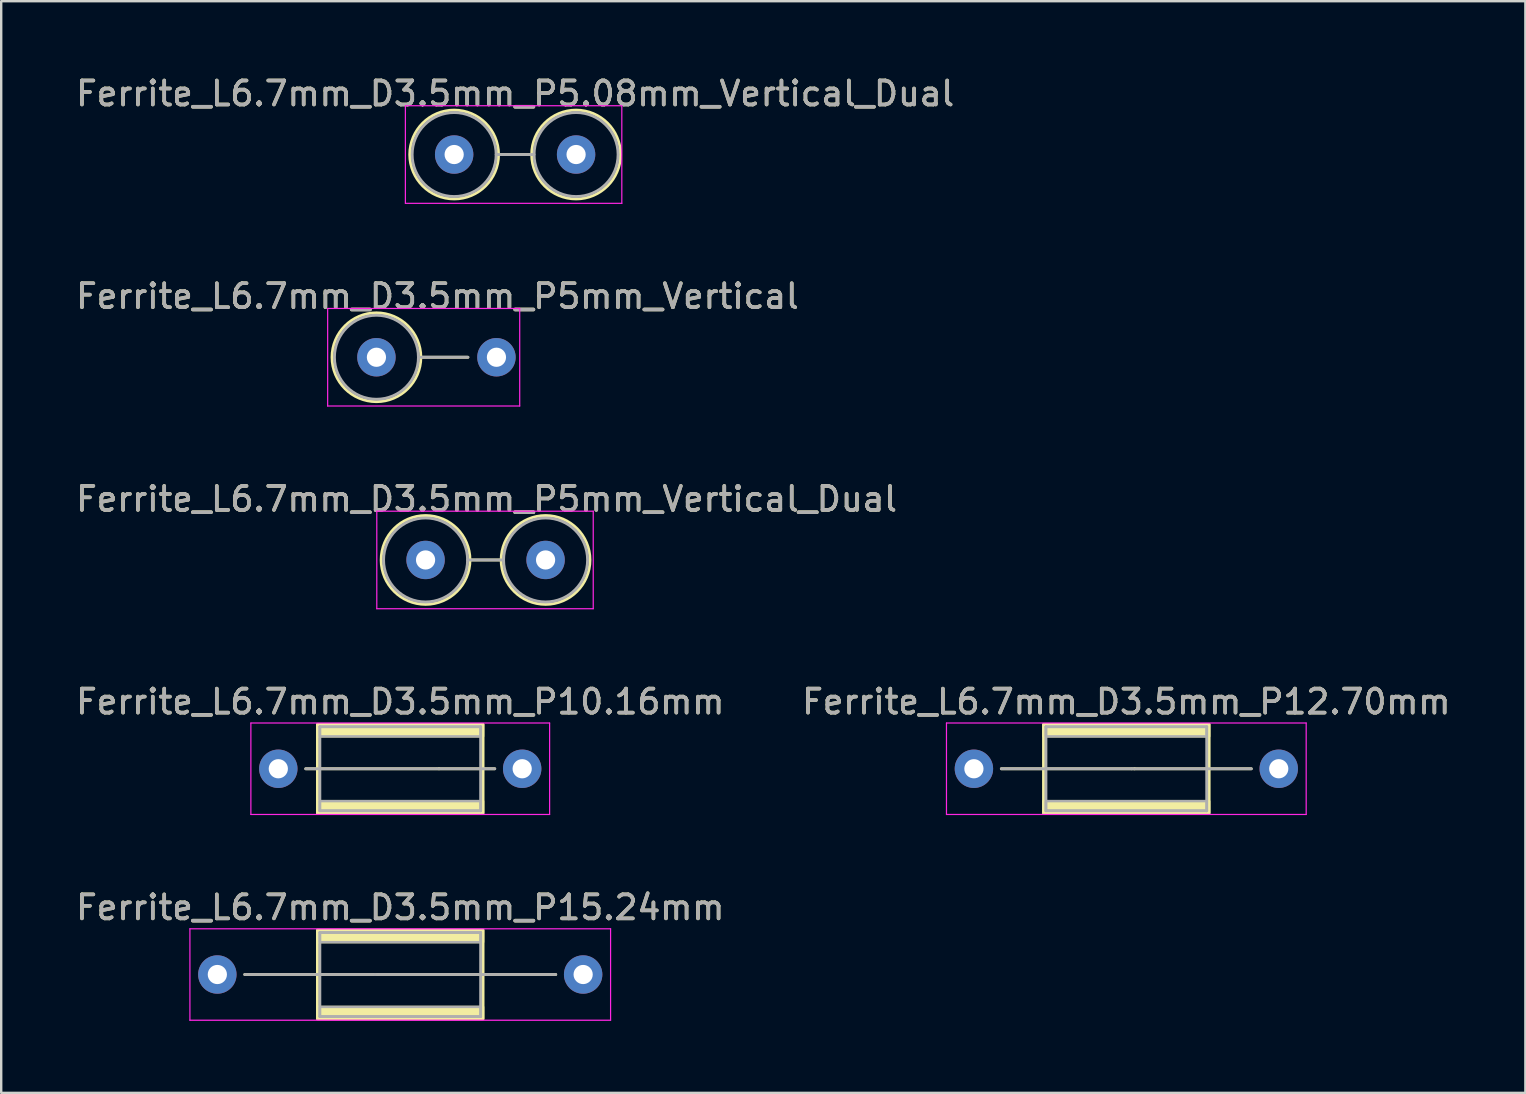
<source format=kicad_pcb>
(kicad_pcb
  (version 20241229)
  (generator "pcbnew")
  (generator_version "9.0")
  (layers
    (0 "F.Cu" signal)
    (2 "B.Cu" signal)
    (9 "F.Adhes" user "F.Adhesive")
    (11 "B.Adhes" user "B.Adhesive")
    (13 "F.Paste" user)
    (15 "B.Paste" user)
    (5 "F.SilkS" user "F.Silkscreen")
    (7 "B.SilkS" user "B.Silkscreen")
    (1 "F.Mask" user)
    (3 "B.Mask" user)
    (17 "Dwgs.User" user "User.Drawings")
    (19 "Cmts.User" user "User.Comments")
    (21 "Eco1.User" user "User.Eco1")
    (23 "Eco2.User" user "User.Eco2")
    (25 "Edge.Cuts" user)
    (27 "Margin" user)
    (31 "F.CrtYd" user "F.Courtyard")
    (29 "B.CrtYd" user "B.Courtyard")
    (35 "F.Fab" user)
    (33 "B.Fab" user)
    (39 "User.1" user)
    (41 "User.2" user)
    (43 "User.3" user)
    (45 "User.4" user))
  (footprint "Ferrite_L6.7mm_D3.5mm_P12.70mm"
    (layer "F.Cu")
    (at 37.525 28.978)
    (property "Reference" "Ferrite_L6.7mm_D3.5mm_P12.70mm" (at 6.35 -2.794 0) (layer "F.SilkS") (effects (font (size 1 1) (thickness 0.15))))
    (fp_line (start 6.694 0.000002) (end 1.143 0) (stroke (width 0.12) (type solid)) (layer "F.SilkS"))
    (fp_line (start 6.694 0.000002) (end 11.557 0) (stroke (width 0.12) (type solid)) (layer "F.SilkS"))
    (fp_rect (start 2.9 -1.85) (end 9.8 1.85) (stroke (width 0.12) (type solid)) (fill no) (layer "F.SilkS"))
    (fp_poly (pts (xy 2.9 1.35) (xy 9.8 1.35) (xy 9.8 1.85) (xy 2.9 1.85)) (stroke (width 0.1) (type solid)) (fill yes) (layer "F.SilkS"))
    (fp_poly (pts (xy 9.8 -1.35) (xy 2.9 -1.35) (xy 2.9 -1.85) (xy 9.8 -1.85)) (stroke (width 0.1) (type solid)) (fill yes) (layer "F.SilkS"))
    (fp_line (start -1.143 -1.905) (end 13.843 -1.905) (stroke (width 0.05) (type solid)) (layer "F.CrtYd"))
    (fp_line (start -1.143 1.905) (end -1.143 -1.905) (stroke (width 0.05) (type solid)) (layer "F.CrtYd"))
    (fp_line (start 13.843 -1.905) (end 13.843 1.905) (stroke (width 0.05) (type solid)) (layer "F.CrtYd"))
    (fp_line (start 13.843 1.905) (end -1.143 1.905) (stroke (width 0.05) (type solid)) (layer "F.CrtYd"))
    (fp_line (start 3 -1.75) (end 9.7 -1.75) (stroke (width 0.12) (type solid)) (layer "F.Fab"))
    (fp_line (start 3 1.75) (end 3 -1.75) (stroke (width 0.12) (type solid)) (layer "F.Fab"))
    (fp_line (start 6.567 0.000002) (end 1.143 0) (stroke (width 0.12) (type solid)) (layer "F.Fab"))
    (fp_line (start 6.567 0.000002) (end 11.557 0) (stroke (width 0.12) (type solid)) (layer "F.Fab"))
    (fp_line (start 9.7 -1.75) (end 9.7 1.75) (stroke (width 0.12) (type solid)) (layer "F.Fab"))
    (fp_line (start 9.7 1.75) (end 3 1.75) (stroke (width 0.12) (type solid)) (layer "F.Fab"))
    (fp_poly (pts (xy 3 1.35) (xy 9.7 1.35) (xy 9.7 1.75) (xy 3 1.75)) (stroke (width 0.1) (type solid)) (fill no) (layer "F.Fab"))
    (fp_poly (pts (xy 9.7 -1.35) (xy 3 -1.35) (xy 3 -1.75) (xy 9.7 -1.75)) (stroke (width 0.1) (type solid)) (fill no) (layer "F.Fab"))
    (fp_text user "${REFERENCE}" (at 6.35 -2.793 0) (layer "F.Fab") (effects (font (size 1 1) (thickness 0.15))))
    (pad "1" thru_hole circle (at 0 0) (size 1.6 1.6) (drill 0.8) (layers "*.Cu" "*.Mask"))
    (pad "2" thru_hole circle (at 12.7 0) (size 1.6 1.6) (drill 0.8) (layers "*.Cu" "*.Mask")))
  (footprint "Ferrite_L6.7mm_D3.5mm_P5mm_Vertical"
    (layer "F.Cu")
    (at 12.633 11.834)
    (property "Reference" "Ferrite_L6.7mm_D3.5mm_P5mm_Vertical" (at 2.54 -2.54 0) (layer "F.SilkS") (effects (font (size 1 1) (thickness 0.15))))
    (fp_line (start 1.85 0) (end 3.81 0) (stroke (width 0.12) (type solid)) (layer "F.SilkS"))
    (fp_circle (center 0 0) (end 0 -1.85) (stroke (width 0.12) (type solid)) (fill no) (layer "F.SilkS"))
    (fp_line (start -2.032 -2.032) (end 5.969 -2.032) (stroke (width 0.05) (type solid)) (layer "F.CrtYd"))
    (fp_line (start -2.032 2.032) (end -2.032 -2.032) (stroke (width 0.05) (type solid)) (layer "F.CrtYd"))
    (fp_line (start 5.969 -2.032) (end 5.969 2.032) (stroke (width 0.05) (type solid)) (layer "F.CrtYd"))
    (fp_line (start 5.969 2.032) (end -2.032 2.032) (stroke (width 0.05) (type solid)) (layer "F.CrtYd"))
    (fp_line (start 1.75 0) (end 3.81 0) (stroke (width 0.12) (type solid)) (layer "F.Fab"))
    (fp_circle (center 0 0) (end 0 -1.75) (stroke (width 0.12) (type solid)) (fill no) (layer "F.Fab"))
    (fp_text user "${REFERENCE}" (at 2.54 -2.539 0) (layer "F.Fab") (effects (font (size 1 1) (thickness 0.15))))
    (pad "1" thru_hole circle (at 0 0) (size 1.6 1.6) (drill 0.8) (layers "*.Cu" "*.Mask"))
    (pad "2" thru_hole circle (at 5 0) (size 1.6 1.6) (drill 0.8) (layers "*.Cu" "*.Mask")))
  (footprint "Ferrite_L6.7mm_D3.5mm_P5.08mm_Vertical_Dual"
    (layer "F.Cu")
    (at 15.871 3.388)
    (property "Reference" "Ferrite_L6.7mm_D3.5mm_P5.08mm_Vertical_Dual" (at 2.54 -2.54 0) (layer "F.SilkS") (effects (font (size 1 1) (thickness 0.15))))
    (fp_line (start 1.85 0) (end 3.23 0) (stroke (width 0.12) (type solid)) (layer "F.SilkS"))
    (fp_circle (center 0 0) (end 0 -1.85) (stroke (width 0.12) (type solid)) (fill no) (layer "F.SilkS"))
    (fp_circle (center 5.08 0) (end 5.08 -1.85) (stroke (width 0.12) (type solid)) (fill no) (layer "F.SilkS"))
    (fp_line (start -2.032 -2.032) (end 6.985 -2.032) (stroke (width 0.05) (type solid)) (layer "F.CrtYd"))
    (fp_line (start -2.032 2.032) (end -2.032 -2.032) (stroke (width 0.05) (type solid)) (layer "F.CrtYd"))
    (fp_line (start 6.985 -2.032) (end 6.985 2.032) (stroke (width 0.05) (type solid)) (layer "F.CrtYd"))
    (fp_line (start 6.985 2.032) (end -2.032 2.032) (stroke (width 0.05) (type solid)) (layer "F.CrtYd"))
    (fp_line (start 1.75 0) (end 3.33 0) (stroke (width 0.12) (type solid)) (layer "F.Fab"))
    (fp_circle (center 0 0) (end 0 -1.75) (stroke (width 0.12) (type solid)) (fill no) (layer "F.Fab"))
    (fp_circle (center 5.08 0) (end 5.08 -1.75) (stroke (width 0.12) (type solid)) (fill no) (layer "F.Fab"))
    (fp_text user "${REFERENCE}" (at 2.54 -2.539 0) (layer "F.Fab") (effects (font (size 1 1) (thickness 0.15))))
    (pad "1" thru_hole circle (at 0 0) (size 1.6 1.6) (drill 0.8) (layers "*.Cu" "*.Mask"))
    (pad "2" thru_hole circle (at 5.08 0) (size 1.6 1.6) (drill 0.8) (layers "*.Cu" "*.Mask")))
  (footprint "Ferrite_L6.7mm_D3.5mm_P15.24mm"
    (layer "F.Cu")
    (at 6.005 37.55)
    (property "Reference" "Ferrite_L6.7mm_D3.5mm_P15.24mm" (at 7.62 -2.794 0) (layer "F.SilkS") (effects (font (size 1 1) (thickness 0.15))))
    (fp_line (start 6.694 0.000002) (end 1.143 0) (stroke (width 0.12) (type solid)) (layer "F.SilkS"))
    (fp_line (start 6.694 0.000002) (end 14.097 0) (stroke (width 0.12) (type solid)) (layer "F.SilkS"))
    (fp_rect (start 4.17 -1.85) (end 11.07 1.85) (stroke (width 0.12) (type solid)) (fill no) (layer "F.SilkS"))
    (fp_poly (pts (xy 4.17 1.35) (xy 11.07 1.35) (xy 11.07 1.85) (xy 4.17 1.85)) (stroke (width 0.1) (type solid)) (fill yes) (layer "F.SilkS"))
    (fp_poly (pts (xy 11.07 -1.35) (xy 4.17 -1.35) (xy 4.17 -1.85) (xy 11.07 -1.85)) (stroke (width 0.1) (type solid)) (fill yes) (layer "F.SilkS"))
    (fp_line (start -1.143 -1.905) (end 16.383 -1.905) (stroke (width 0.05) (type solid)) (layer "F.CrtYd"))
    (fp_line (start -1.143 1.905) (end -1.143 -1.905) (stroke (width 0.05) (type solid)) (layer "F.CrtYd"))
    (fp_line (start 16.383 -1.905) (end 16.383 1.905) (stroke (width 0.05) (type solid)) (layer "F.CrtYd"))
    (fp_line (start 16.383 1.905) (end -1.143 1.905) (stroke (width 0.05) (type solid)) (layer "F.CrtYd"))
    (fp_line (start 4.27 -1.75) (end 10.97 -1.75) (stroke (width 0.12) (type solid)) (layer "F.Fab"))
    (fp_line (start 4.27 1.75) (end 4.27 -1.75) (stroke (width 0.12) (type solid)) (layer "F.Fab"))
    (fp_line (start 6.567 0.000002) (end 1.143 0) (stroke (width 0.12) (type solid)) (layer "F.Fab"))
    (fp_line (start 6.567 0.000002) (end 14.097 0) (stroke (width 0.12) (type solid)) (layer "F.Fab"))
    (fp_line (start 10.97 -1.75) (end 10.97 1.75) (stroke (width 0.12) (type solid)) (layer "F.Fab"))
    (fp_line (start 10.97 1.75) (end 4.27 1.75) (stroke (width 0.12) (type solid)) (layer "F.Fab"))
    (fp_poly (pts (xy 4.27 1.35) (xy 10.97 1.35) (xy 10.97 1.75) (xy 4.27 1.75)) (stroke (width 0.1) (type solid)) (fill no) (layer "F.Fab"))
    (fp_poly (pts (xy 10.97 -1.35) (xy 4.27 -1.35) (xy 4.27 -1.75) (xy 10.97 -1.75)) (stroke (width 0.1) (type solid)) (fill no) (layer "F.Fab"))
    (fp_text user "${REFERENCE}" (at 7.62 -2.793 0) (layer "F.Fab") (effects (font (size 1 1) (thickness 0.15))))
    (pad "1" thru_hole circle (at 0 0) (size 1.6 1.6) (drill 0.8) (layers "*.Cu" "*.Mask"))
    (pad "2" thru_hole circle (at 15.24 0) (size 1.6 1.6) (drill 0.8) (layers "*.Cu" "*.Mask")))
  (footprint "Ferrite_L6.7mm_D3.5mm_P5mm_Vertical_Dual"
    (layer "F.Cu")
    (at 14.68 20.279)
    (property "Reference" "Ferrite_L6.7mm_D3.5mm_P5mm_Vertical_Dual" (at 2.54 -2.54 0) (layer "F.SilkS") (effects (font (size 1 1) (thickness 0.15))))
    (fp_line (start 1.85 0) (end 3.15 0) (stroke (width 0.12) (type solid)) (layer "F.SilkS"))
    (fp_circle (center 0 0) (end 0 -1.85) (stroke (width 0.12) (type solid)) (fill no) (layer "F.SilkS"))
    (fp_circle (center 5 0) (end 5 -1.85) (stroke (width 0.12) (type solid)) (fill no) (layer "F.SilkS"))
    (fp_line (start -2.032 -2.032) (end 6.985 -2.032) (stroke (width 0.05) (type solid)) (layer "F.CrtYd"))
    (fp_line (start -2.032 2.032) (end -2.032 -2.032) (stroke (width 0.05) (type solid)) (layer "F.CrtYd"))
    (fp_line (start 6.985 -2.032) (end 6.985 2.032) (stroke (width 0.05) (type solid)) (layer "F.CrtYd"))
    (fp_line (start 6.985 2.032) (end -2.032 2.032) (stroke (width 0.05) (type solid)) (layer "F.CrtYd"))
    (fp_line (start 1.75 0) (end 3.25 0) (stroke (width 0.12) (type solid)) (layer "F.Fab"))
    (fp_circle (center 0 0) (end 0 -1.75) (stroke (width 0.12) (type solid)) (fill no) (layer "F.Fab"))
    (fp_circle (center 5 0) (end 5 -1.75) (stroke (width 0.12) (type solid)) (fill no) (layer "F.Fab"))
    (fp_text user "${REFERENCE}" (at 2.54 -2.539 0) (layer "F.Fab") (effects (font (size 1 1) (thickness 0.15))))
    (pad "1" thru_hole circle (at 0 0) (size 1.6 1.6) (drill 0.8) (layers "*.Cu" "*.Mask"))
    (pad "2" thru_hole circle (at 5 0) (size 1.6 1.6) (drill 0.8) (layers "*.Cu" "*.Mask")))
  (footprint "Ferrite_L6.7mm_D3.5mm_P10.16mm"
    (layer "F.Cu")
    (at 8.545 28.978)
    (property "Reference" "Ferrite_L6.7mm_D3.5mm_P10.16mm" (at 5.08 -2.794 0) (layer "F.SilkS") (effects (font (size 1 1) (thickness 0.15))))
    (fp_line (start 6.694 0.000002) (end 1.143 0) (stroke (width 0.12) (type solid)) (layer "F.SilkS"))
    (fp_line (start 6.694 0.000002) (end 9.017 0) (stroke (width 0.12) (type solid)) (layer "F.SilkS"))
    (fp_rect (start 1.63 -1.85) (end 8.53 1.85) (stroke (width 0.12) (type solid)) (fill no) (layer "F.SilkS"))
    (fp_poly (pts (xy 1.63 1.35) (xy 8.53 1.35) (xy 8.53 1.85) (xy 1.63 1.85)) (stroke (width 0.1) (type solid)) (fill yes) (layer "F.SilkS"))
    (fp_poly (pts (xy 8.53 -1.35) (xy 1.63 -1.35) (xy 1.63 -1.85) (xy 8.53 -1.85)) (stroke (width 0.1) (type solid)) (fill yes) (layer "F.SilkS"))
    (fp_line (start -1.143 -1.905) (end 11.303 -1.905) (stroke (width 0.05) (type solid)) (layer "F.CrtYd"))
    (fp_line (start -1.143 1.905) (end -1.143 -1.905) (stroke (width 0.05) (type solid)) (layer "F.CrtYd"))
    (fp_line (start 11.303 -1.905) (end 11.303 1.905) (stroke (width 0.05) (type solid)) (layer "F.CrtYd"))
    (fp_line (start 11.303 1.905) (end -1.143 1.905) (stroke (width 0.05) (type solid)) (layer "F.CrtYd"))
    (fp_line (start 1.73 -1.75) (end 8.43 -1.75) (stroke (width 0.12) (type solid)) (layer "F.Fab"))
    (fp_line (start 1.73 1.75) (end 1.73 -1.75) (stroke (width 0.12) (type solid)) (layer "F.Fab"))
    (fp_line (start 6.567 0.000002) (end 1.143 0) (stroke (width 0.12) (type solid)) (layer "F.Fab"))
    (fp_line (start 6.604 0) (end 9.017 0) (stroke (width 0.12) (type solid)) (layer "F.Fab"))
    (fp_line (start 8.43 -1.75) (end 8.43 1.75) (stroke (width 0.12) (type solid)) (layer "F.Fab"))
    (fp_line (start 8.43 1.75) (end 1.73 1.75) (stroke (width 0.12) (type solid)) (layer "F.Fab"))
    (fp_poly (pts (xy 1.73 1.35) (xy 8.43 1.35) (xy 8.43 1.75) (xy 1.73 1.75)) (stroke (width 0.1) (type solid)) (fill no) (layer "F.Fab"))
    (fp_poly (pts (xy 8.43 -1.35) (xy 1.73 -1.35) (xy 1.73 -1.75) (xy 8.43 -1.75)) (stroke (width 0.1) (type solid)) (fill no) (layer "F.Fab"))
    (fp_text user "${REFERENCE}" (at 5.08 -2.793 0) (layer "F.Fab") (effects (font (size 1 1) (thickness 0.15))))
    (pad "1" thru_hole circle (at 0 0) (size 1.6 1.6) (drill 0.8) (layers "*.Cu" "*.Mask"))
    (pad "2" thru_hole circle (at 10.16 0) (size 1.6 1.6) (drill 0.8) (layers "*.Cu" "*.Mask")))
  (gr_rect
    (start -3 -3)
    (end 60.5 42.48)
    (stroke (width 0.1) (type default))
    (fill no)
    (layer "Edge.Cuts")))
</source>
